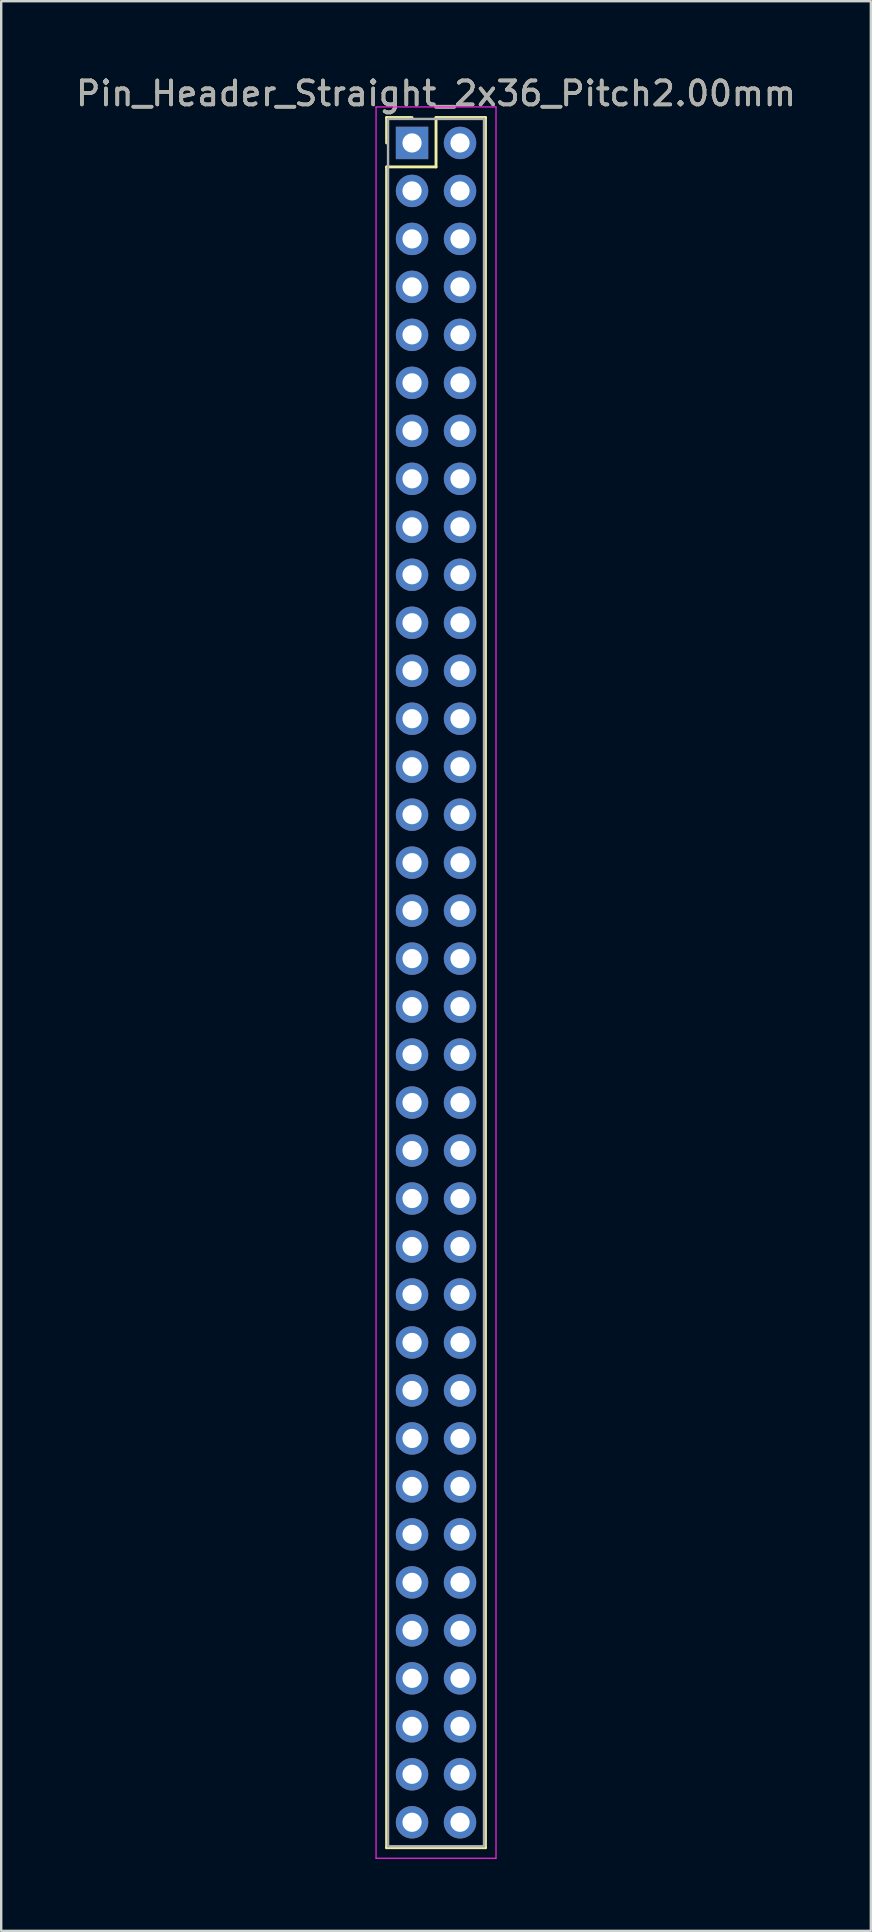
<source format=kicad_pcb>
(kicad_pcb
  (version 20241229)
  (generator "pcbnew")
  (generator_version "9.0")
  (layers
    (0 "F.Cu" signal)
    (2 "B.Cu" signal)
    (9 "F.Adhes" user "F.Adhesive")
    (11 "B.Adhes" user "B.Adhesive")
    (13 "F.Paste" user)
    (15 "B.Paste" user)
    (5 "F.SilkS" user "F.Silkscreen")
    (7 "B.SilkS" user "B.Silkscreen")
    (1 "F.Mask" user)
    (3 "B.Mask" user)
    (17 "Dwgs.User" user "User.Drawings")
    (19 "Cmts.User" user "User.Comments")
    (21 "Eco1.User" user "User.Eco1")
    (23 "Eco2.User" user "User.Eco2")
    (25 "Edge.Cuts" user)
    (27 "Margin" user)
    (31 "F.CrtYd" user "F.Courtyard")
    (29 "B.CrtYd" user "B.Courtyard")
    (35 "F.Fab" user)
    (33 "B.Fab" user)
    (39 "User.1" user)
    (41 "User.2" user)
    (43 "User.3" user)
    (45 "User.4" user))
  (footprint "Pin_Header_Straight_2x36_Pitch2.00mm"
    (layer "F.Cu")
    (at 14.125 2.908)
    (property "Reference" "Pin_Header_Straight_2x36_Pitch2.00mm" (at 1 -2.06 0) (layer "F.SilkS") (effects (font (size 1 1) (thickness 0.15))))
    (attr through_hole)
    (fp_line (start -1.06 -1.06) (end 0 -1.06) (stroke (width 0.12) (type solid)) (layer "F.SilkS"))
    (fp_line (start -1.06 0) (end -1.06 -1.06) (stroke (width 0.12) (type solid)) (layer "F.SilkS"))
    (fp_line (start -1.06 1) (end -1.06 71.06) (stroke (width 0.12) (type solid)) (layer "F.SilkS"))
    (fp_line (start -1.06 71.06) (end 3.06 71.06) (stroke (width 0.12) (type solid)) (layer "F.SilkS"))
    (fp_line (start 1 -1.06) (end 1 1) (stroke (width 0.12) (type solid)) (layer "F.SilkS"))
    (fp_line (start 1 1) (end -1.06 1) (stroke (width 0.12) (type solid)) (layer "F.SilkS"))
    (fp_line (start 3.06 -1.06) (end 1 -1.06) (stroke (width 0.12) (type solid)) (layer "F.SilkS"))
    (fp_line (start 3.06 71.06) (end 3.06 -1.06) (stroke (width 0.12) (type solid)) (layer "F.SilkS"))
    (fp_line (start -1.5 -1.5) (end -1.5 71.5) (stroke (width 0.05) (type solid)) (layer "F.CrtYd"))
    (fp_line (start -1.5 71.5) (end 3.5 71.5) (stroke (width 0.05) (type solid)) (layer "F.CrtYd"))
    (fp_line (start 3.5 -1.5) (end -1.5 -1.5) (stroke (width 0.05) (type solid)) (layer "F.CrtYd"))
    (fp_line (start 3.5 71.5) (end 3.5 -1.5) (stroke (width 0.05) (type solid)) (layer "F.CrtYd"))
    (fp_line (start -1 -1) (end -1 71) (stroke (width 0.1) (type solid)) (layer "F.Fab"))
    (fp_line (start -1 71) (end 3 71) (stroke (width 0.1) (type solid)) (layer "F.Fab"))
    (fp_line (start 3 -1) (end -1 -1) (stroke (width 0.1) (type solid)) (layer "F.Fab"))
    (fp_line (start 3 71) (end 3 -1) (stroke (width 0.1) (type solid)) (layer "F.Fab"))
    (fp_text user "${REFERENCE}" (at 1 -2.06 0) (layer "F.Fab") (effects (font (size 1 1) (thickness 0.15))))
    (pad "1" thru_hole rect (at 0 0) (size 1.35 1.35) (drill 0.8) (layers "*.Cu" "*.Mask"))
    (pad "2" thru_hole oval (at 2 0) (size 1.35 1.35) (drill 0.8) (layers "*.Cu" "*.Mask"))
    (pad "3" thru_hole oval (at 0 2) (size 1.35 1.35) (drill 0.8) (layers "*.Cu" "*.Mask"))
    (pad "4" thru_hole oval (at 2 2) (size 1.35 1.35) (drill 0.8) (layers "*.Cu" "*.Mask"))
    (pad "5" thru_hole oval (at 0 4) (size 1.35 1.35) (drill 0.8) (layers "*.Cu" "*.Mask"))
    (pad "6" thru_hole oval (at 2 4) (size 1.35 1.35) (drill 0.8) (layers "*.Cu" "*.Mask"))
    (pad "7" thru_hole oval (at 0 6) (size 1.35 1.35) (drill 0.8) (layers "*.Cu" "*.Mask"))
    (pad "8" thru_hole oval (at 2 6) (size 1.35 1.35) (drill 0.8) (layers "*.Cu" "*.Mask"))
    (pad "9" thru_hole oval (at 0 8) (size 1.35 1.35) (drill 0.8) (layers "*.Cu" "*.Mask"))
    (pad "10" thru_hole oval (at 2 8) (size 1.35 1.35) (drill 0.8) (layers "*.Cu" "*.Mask"))
    (pad "11" thru_hole oval (at 0 10) (size 1.35 1.35) (drill 0.8) (layers "*.Cu" "*.Mask"))
    (pad "12" thru_hole oval (at 2 10) (size 1.35 1.35) (drill 0.8) (layers "*.Cu" "*.Mask"))
    (pad "13" thru_hole oval (at 0 12) (size 1.35 1.35) (drill 0.8) (layers "*.Cu" "*.Mask"))
    (pad "14" thru_hole oval (at 2 12) (size 1.35 1.35) (drill 0.8) (layers "*.Cu" "*.Mask"))
    (pad "15" thru_hole oval (at 0 14) (size 1.35 1.35) (drill 0.8) (layers "*.Cu" "*.Mask"))
    (pad "16" thru_hole oval (at 2 14) (size 1.35 1.35) (drill 0.8) (layers "*.Cu" "*.Mask"))
    (pad "17" thru_hole oval (at 0 16) (size 1.35 1.35) (drill 0.8) (layers "*.Cu" "*.Mask"))
    (pad "18" thru_hole oval (at 2 16) (size 1.35 1.35) (drill 0.8) (layers "*.Cu" "*.Mask"))
    (pad "19" thru_hole oval (at 0 18) (size 1.35 1.35) (drill 0.8) (layers "*.Cu" "*.Mask"))
    (pad "20" thru_hole oval (at 2 18) (size 1.35 1.35) (drill 0.8) (layers "*.Cu" "*.Mask"))
    (pad "21" thru_hole oval (at 0 20) (size 1.35 1.35) (drill 0.8) (layers "*.Cu" "*.Mask"))
    (pad "22" thru_hole oval (at 2 20) (size 1.35 1.35) (drill 0.8) (layers "*.Cu" "*.Mask"))
    (pad "23" thru_hole oval (at 0 22) (size 1.35 1.35) (drill 0.8) (layers "*.Cu" "*.Mask"))
    (pad "24" thru_hole oval (at 2 22) (size 1.35 1.35) (drill 0.8) (layers "*.Cu" "*.Mask"))
    (pad "25" thru_hole oval (at 0 24) (size 1.35 1.35) (drill 0.8) (layers "*.Cu" "*.Mask"))
    (pad "26" thru_hole oval (at 2 24) (size 1.35 1.35) (drill 0.8) (layers "*.Cu" "*.Mask"))
    (pad "27" thru_hole oval (at 0 26) (size 1.35 1.35) (drill 0.8) (layers "*.Cu" "*.Mask"))
    (pad "28" thru_hole oval (at 2 26) (size 1.35 1.35) (drill 0.8) (layers "*.Cu" "*.Mask"))
    (pad "29" thru_hole oval (at 0 28) (size 1.35 1.35) (drill 0.8) (layers "*.Cu" "*.Mask"))
    (pad "30" thru_hole oval (at 2 28) (size 1.35 1.35) (drill 0.8) (layers "*.Cu" "*.Mask"))
    (pad "31" thru_hole oval (at 0 30) (size 1.35 1.35) (drill 0.8) (layers "*.Cu" "*.Mask"))
    (pad "32" thru_hole oval (at 2 30) (size 1.35 1.35) (drill 0.8) (layers "*.Cu" "*.Mask"))
    (pad "33" thru_hole oval (at 0 32) (size 1.35 1.35) (drill 0.8) (layers "*.Cu" "*.Mask"))
    (pad "34" thru_hole oval (at 2 32) (size 1.35 1.35) (drill 0.8) (layers "*.Cu" "*.Mask"))
    (pad "35" thru_hole oval (at 0 34) (size 1.35 1.35) (drill 0.8) (layers "*.Cu" "*.Mask"))
    (pad "36" thru_hole oval (at 2 34) (size 1.35 1.35) (drill 0.8) (layers "*.Cu" "*.Mask"))
    (pad "37" thru_hole oval (at 0 36) (size 1.35 1.35) (drill 0.8) (layers "*.Cu" "*.Mask"))
    (pad "38" thru_hole oval (at 2 36) (size 1.35 1.35) (drill 0.8) (layers "*.Cu" "*.Mask"))
    (pad "39" thru_hole oval (at 0 38) (size 1.35 1.35) (drill 0.8) (layers "*.Cu" "*.Mask"))
    (pad "40" thru_hole oval (at 2 38) (size 1.35 1.35) (drill 0.8) (layers "*.Cu" "*.Mask"))
    (pad "41" thru_hole oval (at 0 40) (size 1.35 1.35) (drill 0.8) (layers "*.Cu" "*.Mask"))
    (pad "42" thru_hole oval (at 2 40) (size 1.35 1.35) (drill 0.8) (layers "*.Cu" "*.Mask"))
    (pad "43" thru_hole oval (at 0 42) (size 1.35 1.35) (drill 0.8) (layers "*.Cu" "*.Mask"))
    (pad "44" thru_hole oval (at 2 42) (size 1.35 1.35) (drill 0.8) (layers "*.Cu" "*.Mask"))
    (pad "45" thru_hole oval (at 0 44) (size 1.35 1.35) (drill 0.8) (layers "*.Cu" "*.Mask"))
    (pad "46" thru_hole oval (at 2 44) (size 1.35 1.35) (drill 0.8) (layers "*.Cu" "*.Mask"))
    (pad "47" thru_hole oval (at 0 46) (size 1.35 1.35) (drill 0.8) (layers "*.Cu" "*.Mask"))
    (pad "48" thru_hole oval (at 2 46) (size 1.35 1.35) (drill 0.8) (layers "*.Cu" "*.Mask"))
    (pad "49" thru_hole oval (at 0 48) (size 1.35 1.35) (drill 0.8) (layers "*.Cu" "*.Mask"))
    (pad "50" thru_hole oval (at 2 48) (size 1.35 1.35) (drill 0.8) (layers "*.Cu" "*.Mask"))
    (pad "51" thru_hole oval (at 0 50) (size 1.35 1.35) (drill 0.8) (layers "*.Cu" "*.Mask"))
    (pad "52" thru_hole oval (at 2 50) (size 1.35 1.35) (drill 0.8) (layers "*.Cu" "*.Mask"))
    (pad "53" thru_hole oval (at 0 52) (size 1.35 1.35) (drill 0.8) (layers "*.Cu" "*.Mask"))
    (pad "54" thru_hole oval (at 2 52) (size 1.35 1.35) (drill 0.8) (layers "*.Cu" "*.Mask"))
    (pad "55" thru_hole oval (at 0 54) (size 1.35 1.35) (drill 0.8) (layers "*.Cu" "*.Mask"))
    (pad "56" thru_hole oval (at 2 54) (size 1.35 1.35) (drill 0.8) (layers "*.Cu" "*.Mask"))
    (pad "57" thru_hole oval (at 0 56) (size 1.35 1.35) (drill 0.8) (layers "*.Cu" "*.Mask"))
    (pad "58" thru_hole oval (at 2 56) (size 1.35 1.35) (drill 0.8) (layers "*.Cu" "*.Mask"))
    (pad "59" thru_hole oval (at 0 58) (size 1.35 1.35) (drill 0.8) (layers "*.Cu" "*.Mask"))
    (pad "60" thru_hole oval (at 2 58) (size 1.35 1.35) (drill 0.8) (layers "*.Cu" "*.Mask"))
    (pad "61" thru_hole oval (at 0 60) (size 1.35 1.35) (drill 0.8) (layers "*.Cu" "*.Mask"))
    (pad "62" thru_hole oval (at 2 60) (size 1.35 1.35) (drill 0.8) (layers "*.Cu" "*.Mask"))
    (pad "63" thru_hole oval (at 0 62) (size 1.35 1.35) (drill 0.8) (layers "*.Cu" "*.Mask"))
    (pad "64" thru_hole oval (at 2 62) (size 1.35 1.35) (drill 0.8) (layers "*.Cu" "*.Mask"))
    (pad "65" thru_hole oval (at 0 64) (size 1.35 1.35) (drill 0.8) (layers "*.Cu" "*.Mask"))
    (pad "66" thru_hole oval (at 2 64) (size 1.35 1.35) (drill 0.8) (layers "*.Cu" "*.Mask"))
    (pad "67" thru_hole oval (at 0 66) (size 1.35 1.35) (drill 0.8) (layers "*.Cu" "*.Mask"))
    (pad "68" thru_hole oval (at 2 66) (size 1.35 1.35) (drill 0.8) (layers "*.Cu" "*.Mask"))
    (pad "69" thru_hole oval (at 0 68) (size 1.35 1.35) (drill 0.8) (layers "*.Cu" "*.Mask"))
    (pad "70" thru_hole oval (at 2 68) (size 1.35 1.35) (drill 0.8) (layers "*.Cu" "*.Mask"))
    (pad "71" thru_hole oval (at 0 70) (size 1.35 1.35) (drill 0.8) (layers "*.Cu" "*.Mask"))
    (pad "72" thru_hole oval (at 2 70) (size 1.35 1.35) (drill 0.8) (layers "*.Cu" "*.Mask")))
  (gr_rect
    (start -3 -3)
    (end 33.25 77.433)
    (stroke (width 0.1) (type default))
    (fill no)
    (layer "Edge.Cuts")))
</source>
